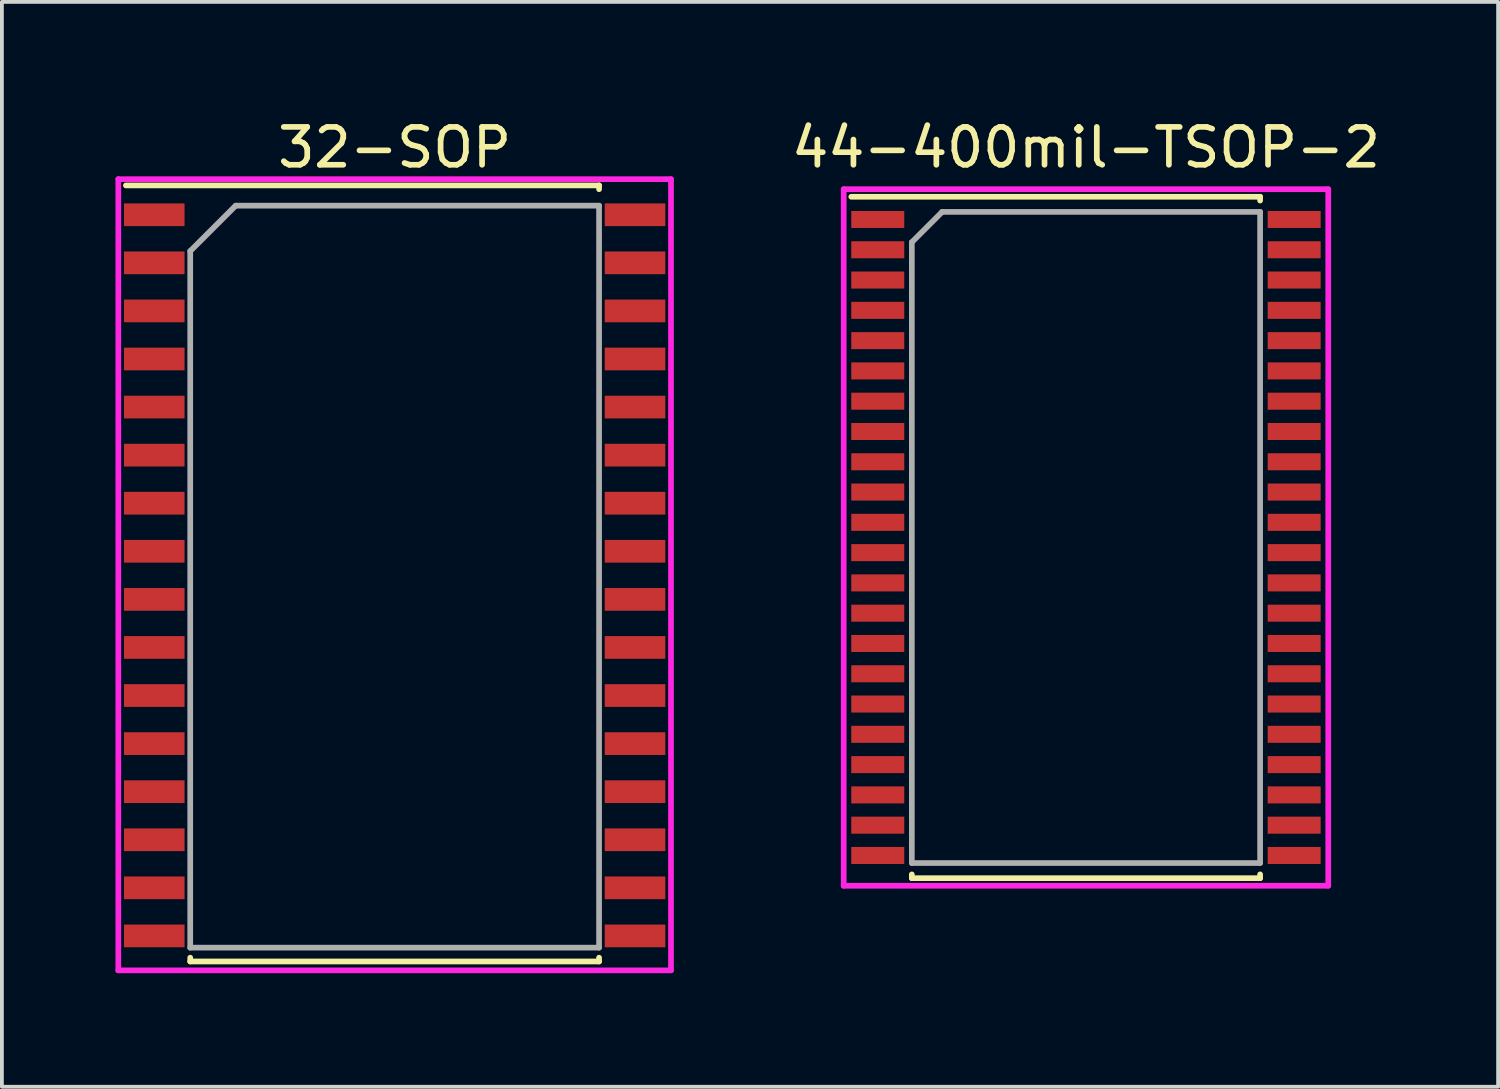
<source format=kicad_pcb>
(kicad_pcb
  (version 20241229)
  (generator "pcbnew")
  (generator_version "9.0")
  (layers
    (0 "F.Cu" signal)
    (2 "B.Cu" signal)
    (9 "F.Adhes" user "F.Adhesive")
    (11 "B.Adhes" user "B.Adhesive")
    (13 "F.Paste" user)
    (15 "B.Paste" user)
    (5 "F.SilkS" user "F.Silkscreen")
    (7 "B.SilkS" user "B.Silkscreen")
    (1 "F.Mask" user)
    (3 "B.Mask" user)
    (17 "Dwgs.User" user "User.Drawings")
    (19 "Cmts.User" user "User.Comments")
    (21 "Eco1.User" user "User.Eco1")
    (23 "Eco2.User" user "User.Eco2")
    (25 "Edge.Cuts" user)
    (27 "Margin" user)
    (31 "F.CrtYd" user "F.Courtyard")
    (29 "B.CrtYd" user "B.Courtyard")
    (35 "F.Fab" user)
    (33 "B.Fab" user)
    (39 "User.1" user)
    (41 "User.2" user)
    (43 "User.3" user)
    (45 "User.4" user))
  (footprint "32-SOP"
    (layer "F.Cu")
    (at 7.375 12.148)
    (property "Reference" "32-SOP" (at 0 -11.3 0) (layer "F.SilkS") (effects (font (size 1 1) (thickness 0.15))))
    (attr through_hole)
    (fp_line (start -5.4 10.1) (end -5.4 10.2) (stroke (width 0.15) (type solid)) (layer "F.SilkS"))
    (fp_line (start -5.4 10.2) (end 5.4 10.2) (stroke (width 0.15) (type solid)) (layer "F.SilkS"))
    (fp_line (start 5.4 -10.3) (end -7.1 -10.3) (stroke (width 0.15) (type solid)) (layer "F.SilkS"))
    (fp_line (start 5.4 -10.2) (end 5.4 -10.3) (stroke (width 0.15) (type solid)) (layer "F.SilkS"))
    (fp_line (start 5.4 10.1) (end 5.4 10.2) (stroke (width 0.15) (type solid)) (layer "F.SilkS"))
    (fp_line (start -7.3 -10.465) (end 7.3 -10.465) (stroke (width 0.15) (type solid)) (layer "F.CrtYd"))
    (fp_line (start -7.3 10.435) (end -7.3 -10.465) (stroke (width 0.15) (type solid)) (layer "F.CrtYd"))
    (fp_line (start 7.3 -10.465) (end 7.3 10.435) (stroke (width 0.15) (type solid)) (layer "F.CrtYd"))
    (fp_line (start 7.3 10.435) (end -7.3 10.435) (stroke (width 0.15) (type solid)) (layer "F.CrtYd"))
    (fp_line (start -5.4 -8.565) (end -5.4 9.835) (stroke (width 0.15) (type solid)) (layer "F.Fab"))
    (fp_line (start -5.4 9.835) (end 5.4 9.835) (stroke (width 0.15) (type solid)) (layer "F.Fab"))
    (fp_line (start -4.2 -9.765) (end -5.4 -8.565) (stroke (width 0.15) (type solid)) (layer "F.Fab"))
    (fp_line (start 5.4 -9.765) (end -4.2 -9.765) (stroke (width 0.15) (type solid)) (layer "F.Fab"))
    (fp_line (start 5.4 -9.765) (end 5.4 9.835) (stroke (width 0.15) (type solid)) (layer "F.Fab"))
    (pad "1" smd rect (at -6.35 -9.525) (size 1.6 0.6) (layers "F.Cu" "F.Mask" "F.Paste"))
    (pad "2" smd rect (at -6.35 -8.255) (size 1.6 0.6) (layers "F.Cu" "F.Mask" "F.Paste"))
    (pad "3" smd rect (at -6.35 -6.985) (size 1.6 0.6) (layers "F.Cu" "F.Mask" "F.Paste"))
    (pad "4" smd rect (at -6.35 -5.715) (size 1.6 0.6) (layers "F.Cu" "F.Mask" "F.Paste"))
    (pad "5" smd rect (at -6.35 -4.445) (size 1.6 0.6) (layers "F.Cu" "F.Mask" "F.Paste"))
    (pad "6" smd rect (at -6.35 -3.175) (size 1.6 0.6) (layers "F.Cu" "F.Mask" "F.Paste"))
    (pad "7" smd rect (at -6.35 -1.905) (size 1.6 0.6) (layers "F.Cu" "F.Mask" "F.Paste"))
    (pad "8" smd rect (at -6.35 -0.635) (size 1.6 0.6) (layers "F.Cu" "F.Mask" "F.Paste"))
    (pad "9" smd rect (at -6.35 0.635) (size 1.6 0.6) (layers "F.Cu" "F.Mask" "F.Paste"))
    (pad "10" smd rect (at -6.35 1.905) (size 1.6 0.6) (layers "F.Cu" "F.Mask" "F.Paste"))
    (pad "11" smd rect (at -6.35 3.175) (size 1.6 0.6) (layers "F.Cu" "F.Mask" "F.Paste"))
    (pad "12" smd rect (at -6.35 4.445) (size 1.6 0.6) (layers "F.Cu" "F.Mask" "F.Paste"))
    (pad "13" smd rect (at -6.35 5.715) (size 1.6 0.6) (layers "F.Cu" "F.Mask" "F.Paste"))
    (pad "14" smd rect (at -6.35 6.985) (size 1.6 0.6) (layers "F.Cu" "F.Mask" "F.Paste"))
    (pad "15" smd rect (at -6.35 8.255) (size 1.6 0.6) (layers "F.Cu" "F.Mask" "F.Paste"))
    (pad "16" smd rect (at -6.35 9.525) (size 1.6 0.6) (layers "F.Cu" "F.Mask" "F.Paste"))
    (pad "17" smd rect (at 6.35 9.525) (size 1.6 0.6) (layers "F.Cu" "F.Mask" "F.Paste"))
    (pad "18" smd rect (at 6.35 8.255) (size 1.6 0.6) (layers "F.Cu" "F.Mask" "F.Paste"))
    (pad "19" smd rect (at 6.35 6.985) (size 1.6 0.6) (layers "F.Cu" "F.Mask" "F.Paste"))
    (pad "20" smd rect (at 6.35 5.715) (size 1.6 0.6) (layers "F.Cu" "F.Mask" "F.Paste"))
    (pad "21" smd rect (at 6.35 4.445) (size 1.6 0.6) (layers "F.Cu" "F.Mask" "F.Paste"))
    (pad "22" smd rect (at 6.35 3.175) (size 1.6 0.6) (layers "F.Cu" "F.Mask" "F.Paste"))
    (pad "23" smd rect (at 6.35 1.905) (size 1.6 0.6) (layers "F.Cu" "F.Mask" "F.Paste"))
    (pad "24" smd rect (at 6.35 0.635) (size 1.6 0.6) (layers "F.Cu" "F.Mask" "F.Paste"))
    (pad "25" smd rect (at 6.35 -0.635) (size 1.6 0.6) (layers "F.Cu" "F.Mask" "F.Paste"))
    (pad "26" smd rect (at 6.35 -1.905) (size 1.6 0.6) (layers "F.Cu" "F.Mask" "F.Paste"))
    (pad "27" smd rect (at 6.35 -3.175) (size 1.6 0.6) (layers "F.Cu" "F.Mask" "F.Paste"))
    (pad "28" smd rect (at 6.35 -4.445) (size 1.6 0.6) (layers "F.Cu" "F.Mask" "F.Paste"))
    (pad "29" smd rect (at 6.35 -5.715) (size 1.6 0.6) (layers "F.Cu" "F.Mask" "F.Paste"))
    (pad "30" smd rect (at 6.35 -6.985) (size 1.6 0.6) (layers "F.Cu" "F.Mask" "F.Paste"))
    (pad "31" smd rect (at 6.35 -8.255) (size 1.6 0.6) (layers "F.Cu" "F.Mask" "F.Paste"))
    (pad "32" smd rect (at 6.35 -9.525) (size 1.6 0.6) (layers "F.Cu" "F.Mask" "F.Paste")))
  (footprint "44-400mil-TSOP-2"
    (layer "F.Cu")
    (at 25.637 11.148)
    (property "Reference" "44-400mil-TSOP-2" (at 0 -10.3 0) (layer "F.SilkS") (effects (font (size 1 1) (thickness 0.15))))
    (attr through_hole)
    (fp_line (start -4.6 8.9) (end -4.6 9) (stroke (width 0.15) (type solid)) (layer "F.SilkS"))
    (fp_line (start -4.6 9) (end 4.6 9) (stroke (width 0.15) (type solid)) (layer "F.SilkS"))
    (fp_line (start 4.6 -9) (end -6.2 -9) (stroke (width 0.15) (type solid)) (layer "F.SilkS"))
    (fp_line (start 4.6 -8.9) (end 4.6 -9) (stroke (width 0.15) (type solid)) (layer "F.SilkS"))
    (fp_line (start 4.6 8.9) (end 4.6 9) (stroke (width 0.15) (type solid)) (layer "F.SilkS"))
    (fp_line (start -6.4 -9.2) (end 6.4 -9.2) (stroke (width 0.15) (type solid)) (layer "F.CrtYd"))
    (fp_line (start -6.4 9.2) (end -6.4 -9.2) (stroke (width 0.15) (type solid)) (layer "F.CrtYd"))
    (fp_line (start 6.4 -9.2) (end 6.4 9.2) (stroke (width 0.15) (type solid)) (layer "F.CrtYd"))
    (fp_line (start 6.4 9.2) (end -6.4 9.2) (stroke (width 0.15) (type solid)) (layer "F.CrtYd"))
    (fp_line (start -4.6 -7.8) (end -4.6 8.6) (stroke (width 0.15) (type solid)) (layer "F.Fab"))
    (fp_line (start -4.6 8.6) (end 4.6 8.6) (stroke (width 0.15) (type solid)) (layer "F.Fab"))
    (fp_line (start -3.8 -8.6) (end -4.6 -7.8) (stroke (width 0.15) (type solid)) (layer "F.Fab"))
    (fp_line (start 4.6 -8.6) (end -3.8 -8.6) (stroke (width 0.15) (type solid)) (layer "F.Fab"))
    (fp_line (start 4.6 8.6) (end 4.6 -8.6) (stroke (width 0.15) (type solid)) (layer "F.Fab"))
    (pad "1" smd rect (at -5.5 -8.4) (size 1.4 0.45) (layers "F.Cu" "F.Mask" "F.Paste"))
    (pad "2" smd rect (at -5.5 -7.6) (size 1.4 0.45) (layers "F.Cu" "F.Mask" "F.Paste"))
    (pad "3" smd rect (at -5.5 -6.8) (size 1.4 0.45) (layers "F.Cu" "F.Mask" "F.Paste"))
    (pad "4" smd rect (at -5.5 -6) (size 1.4 0.45) (layers "F.Cu" "F.Mask" "F.Paste"))
    (pad "5" smd rect (at -5.5 -5.2) (size 1.4 0.45) (layers "F.Cu" "F.Mask" "F.Paste"))
    (pad "6" smd rect (at -5.5 -4.4) (size 1.4 0.45) (layers "F.Cu" "F.Mask" "F.Paste"))
    (pad "7" smd rect (at -5.5 -3.6) (size 1.4 0.45) (layers "F.Cu" "F.Mask" "F.Paste"))
    (pad "8" smd rect (at -5.5 -2.8) (size 1.4 0.45) (layers "F.Cu" "F.Mask" "F.Paste"))
    (pad "9" smd rect (at -5.5 -2) (size 1.4 0.45) (layers "F.Cu" "F.Mask" "F.Paste"))
    (pad "10" smd rect (at -5.5 -1.2) (size 1.4 0.45) (layers "F.Cu" "F.Mask" "F.Paste"))
    (pad "11" smd rect (at -5.5 -0.4) (size 1.4 0.45) (layers "F.Cu" "F.Mask" "F.Paste"))
    (pad "12" smd rect (at -5.5 0.4) (size 1.4 0.45) (layers "F.Cu" "F.Mask" "F.Paste"))
    (pad "13" smd rect (at -5.5 1.2) (size 1.4 0.45) (layers "F.Cu" "F.Mask" "F.Paste"))
    (pad "14" smd rect (at -5.5 2) (size 1.4 0.45) (layers "F.Cu" "F.Mask" "F.Paste"))
    (pad "15" smd rect (at -5.5 2.8) (size 1.4 0.45) (layers "F.Cu" "F.Mask" "F.Paste"))
    (pad "16" smd rect (at -5.5 3.6) (size 1.4 0.45) (layers "F.Cu" "F.Mask" "F.Paste"))
    (pad "17" smd rect (at -5.5 4.4) (size 1.4 0.45) (layers "F.Cu" "F.Mask" "F.Paste"))
    (pad "18" smd rect (at -5.5 5.2) (size 1.4 0.45) (layers "F.Cu" "F.Mask" "F.Paste"))
    (pad "19" smd rect (at -5.5 6) (size 1.4 0.45) (layers "F.Cu" "F.Mask" "F.Paste"))
    (pad "20" smd rect (at -5.5 6.8) (size 1.4 0.45) (layers "F.Cu" "F.Mask" "F.Paste"))
    (pad "21" smd rect (at -5.5 7.6) (size 1.4 0.45) (layers "F.Cu" "F.Mask" "F.Paste"))
    (pad "22" smd rect (at -5.5 8.4) (size 1.4 0.45) (layers "F.Cu" "F.Mask" "F.Paste"))
    (pad "23" smd rect (at 5.5 8.4) (size 1.4 0.45) (layers "F.Cu" "F.Mask" "F.Paste"))
    (pad "24" smd rect (at 5.5 7.6) (size 1.4 0.45) (layers "F.Cu" "F.Mask" "F.Paste"))
    (pad "25" smd rect (at 5.5 6.8) (size 1.4 0.45) (layers "F.Cu" "F.Mask" "F.Paste"))
    (pad "26" smd rect (at 5.5 6) (size 1.4 0.45) (layers "F.Cu" "F.Mask" "F.Paste"))
    (pad "27" smd rect (at 5.5 5.2) (size 1.4 0.45) (layers "F.Cu" "F.Mask" "F.Paste"))
    (pad "28" smd rect (at 5.5 4.4) (size 1.4 0.45) (layers "F.Cu" "F.Mask" "F.Paste"))
    (pad "29" smd rect (at 5.5 3.6) (size 1.4 0.45) (layers "F.Cu" "F.Mask" "F.Paste"))
    (pad "30" smd rect (at 5.5 2.8) (size 1.4 0.45) (layers "F.Cu" "F.Mask" "F.Paste"))
    (pad "31" smd rect (at 5.5 2) (size 1.4 0.45) (layers "F.Cu" "F.Mask" "F.Paste"))
    (pad "32" smd rect (at 5.5 1.2) (size 1.4 0.45) (layers "F.Cu" "F.Mask" "F.Paste"))
    (pad "33" smd rect (at 5.5 0.4) (size 1.4 0.45) (layers "F.Cu" "F.Mask" "F.Paste"))
    (pad "34" smd rect (at 5.5 -0.4) (size 1.4 0.45) (layers "F.Cu" "F.Mask" "F.Paste"))
    (pad "35" smd rect (at 5.5 -1.2) (size 1.4 0.45) (layers "F.Cu" "F.Mask" "F.Paste"))
    (pad "36" smd rect (at 5.5 -2) (size 1.4 0.45) (layers "F.Cu" "F.Mask" "F.Paste"))
    (pad "37" smd rect (at 5.5 -2.8) (size 1.4 0.45) (layers "F.Cu" "F.Mask" "F.Paste"))
    (pad "38" smd rect (at 5.5 -3.6) (size 1.4 0.45) (layers "F.Cu" "F.Mask" "F.Paste"))
    (pad "39" smd rect (at 5.5 -4.4) (size 1.4 0.45) (layers "F.Cu" "F.Mask" "F.Paste"))
    (pad "40" smd rect (at 5.5 -5.2) (size 1.4 0.45) (layers "F.Cu" "F.Mask" "F.Paste"))
    (pad "41" smd rect (at 5.5 -6) (size 1.4 0.45) (layers "F.Cu" "F.Mask" "F.Paste"))
    (pad "42" smd rect (at 5.5 -6.8) (size 1.4 0.45) (layers "F.Cu" "F.Mask" "F.Paste"))
    (pad "43" smd rect (at 5.5 -7.6) (size 1.4 0.45) (layers "F.Cu" "F.Mask" "F.Paste"))
    (pad "44" smd rect (at 5.5 -8.4) (size 1.4 0.45) (layers "F.Cu" "F.Mask" "F.Paste")))
  (gr_rect
    (start -3 -3)
    (end 36.524 25.658)
    (stroke (width 0.1) (type default))
    (fill no)
    (layer "Edge.Cuts")))
</source>
